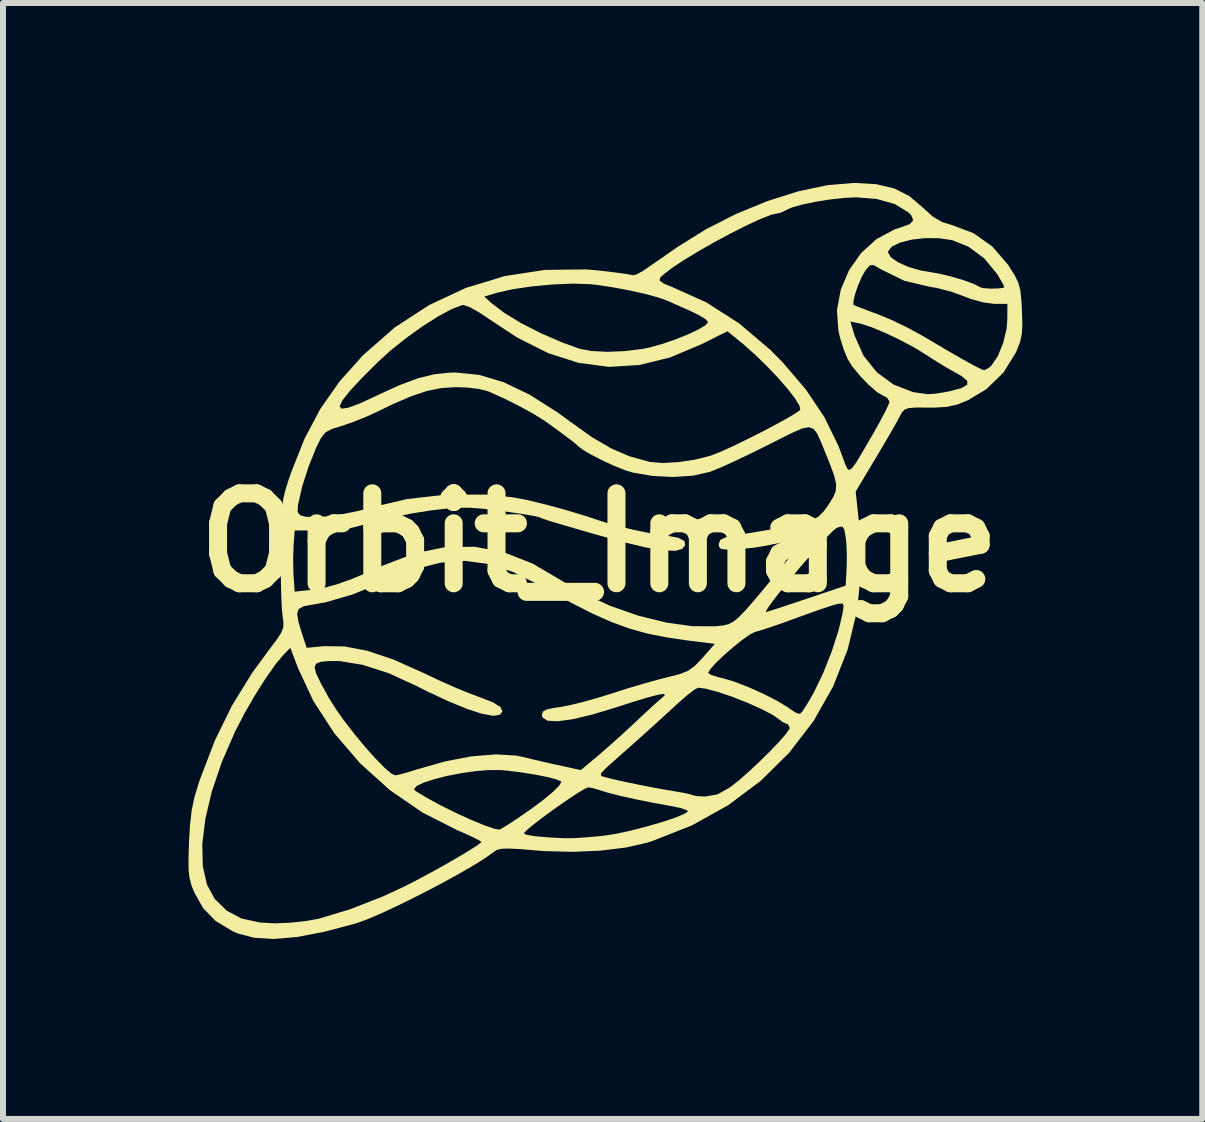
<source format=kicad_pcb>
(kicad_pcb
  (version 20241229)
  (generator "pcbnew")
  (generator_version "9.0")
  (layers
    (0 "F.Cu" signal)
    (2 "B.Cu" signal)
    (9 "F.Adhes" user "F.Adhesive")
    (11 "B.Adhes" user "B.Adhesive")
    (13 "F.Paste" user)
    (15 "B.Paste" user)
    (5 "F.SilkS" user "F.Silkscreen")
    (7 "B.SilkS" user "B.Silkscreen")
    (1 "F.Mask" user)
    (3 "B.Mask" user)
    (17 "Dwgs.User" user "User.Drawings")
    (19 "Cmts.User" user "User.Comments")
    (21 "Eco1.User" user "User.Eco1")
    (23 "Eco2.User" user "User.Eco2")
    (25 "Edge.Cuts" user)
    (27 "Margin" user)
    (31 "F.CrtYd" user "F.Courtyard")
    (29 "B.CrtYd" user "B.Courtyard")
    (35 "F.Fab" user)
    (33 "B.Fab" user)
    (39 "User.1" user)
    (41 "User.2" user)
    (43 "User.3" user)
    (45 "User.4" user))
  (footprint "Orbit_Image"
    (layer "F.Cu")
    (at 6.943 5.997)
    (property "Reference" "Orbit_Image" (at 0 0 0) (layer "F.SilkS") (effects (font (size 1.5 1.5) (thickness 0.3))))
    (attr board_only exclude_from_pos_files exclude_from_bom)
    (fp_poly (pts (xy 4.619 -5.976) (xy 4.918 -5.905) (xy 5.169 -5.777) (xy 5.392 -5.588) (xy 5.56 -5.435) (xy 5.72 -5.343) (xy 5.887 -5.292) (xy 6.239 -5.159) (xy 6.551 -4.938) (xy 6.813 -4.635) (xy 6.826 -4.614) (xy 6.924 -4.46) (xy 6.985 -4.335) (xy 7.02 -4.203) (xy 7.038 -4.03) (xy 7.046 -3.876) (xy 7.053 -3.647) (xy 7.045 -3.483) (xy 7.016 -3.347) (xy 6.961 -3.206) (xy 6.944 -3.167) (xy 6.737 -2.834) (xy 6.454 -2.559) (xy 6.148 -2.375) (xy 5.971 -2.303) (xy 5.802 -2.264) (xy 5.598 -2.251) (xy 5.479 -2.251) (xy 5.281 -2.252) (xy 5.159 -2.243) (xy 5.088 -2.217) (xy 5.042 -2.165) (xy 5.006 -2.098) (xy 4.95 -1.994) (xy 4.854 -1.826) (xy 4.733 -1.619) (xy 4.6 -1.396) (xy 4.274 -0.851) (xy 4.338 -0.256) (xy 4.366 0.449) (xy 4.298 1.131) (xy 4.14 1.784) (xy 3.897 2.401) (xy 3.571 2.976) (xy 3.168 3.501) (xy 2.693 3.971) (xy 2.149 4.378) (xy 1.542 4.716) (xy 0.875 4.979) (xy 0.781 5.008) (xy 0.433 5.086) (xy 0.016 5.136) (xy -0.441 5.156) (xy -0.909 5.144) (xy -1.065 5.132) (xy -1.329 5.11) (xy -1.511 5.101) (xy -1.63 5.105) (xy -1.706 5.123) (xy -1.753 5.152) (xy -1.897 5.257) (xy -2.114 5.392) (xy -2.385 5.548) (xy -2.69 5.714) (xy -3.01 5.88) (xy -3.327 6.037) (xy -3.619 6.174) (xy -3.869 6.281) (xy -4.057 6.349) (xy -4.057 6.349) (xy -4.587 6.489) (xy -5.041 6.576) (xy -5.426 6.609) (xy -5.753 6.589) (xy -6.027 6.518) (xy -6.116 6.479) (xy -6.398 6.308) (xy -6.603 6.099) (xy -6.755 5.831) (xy -6.755 5.83) (xy -6.804 5.706) (xy -6.834 5.588) (xy -6.849 5.45) (xy -6.85 5.266) (xy -6.843 5.023) (xy -6.62 5.023) (xy -6.612 5.392) (xy -6.543 5.701) (xy -6.413 5.941) (xy -6.211 6.138) (xy -5.966 6.267) (xy -5.662 6.334) (xy -5.409 6.348) (xy -5.16 6.338) (xy -4.899 6.311) (xy -4.683 6.272) (xy -4.678 6.271) (xy -4.154 6.113) (xy -3.596 5.894) (xy -3.251 5.733) (xy -3.046 5.629) (xy -2.82 5.508) (xy -2.591 5.381) (xy -2.374 5.256) (xy -2.188 5.145) (xy -2.049 5.057) (xy -1.974 5.002) (xy -1.966 4.991) (xy -2.01 4.961) (xy -2.125 4.903) (xy -2.247 4.848) (xy -1.257 4.848) (xy -1.21 4.873) (xy -1.067 4.896) (xy -0.835 4.916) (xy -0.58 4.929) (xy -0.436 4.928) (xy -0.229 4.915) (xy 0.002 4.895) (xy 0.076 4.887) (xy 0.279 4.855) (xy 0.52 4.803) (xy 0.777 4.737) (xy 1.025 4.666) (xy 1.241 4.595) (xy 1.402 4.53) (xy 1.478 4.485) (xy 1.454 4.459) (xy 1.352 4.425) (xy 1.193 4.392) (xy 1.176 4.389) (xy 0.894 4.338) (xy 0.612 4.281) (xy 0.355 4.224) (xy 0.147 4.171) (xy 0.013 4.13) (xy 0.01 4.128) (xy -0.114 4.092) (xy -0.187 4.082) (xy -0.252 4.11) (xy -0.376 4.185) (xy -0.538 4.293) (xy -0.72 4.419) (xy -0.902 4.551) (xy -1.064 4.674) (xy -1.187 4.774) (xy -1.252 4.837) (xy -1.257 4.848) (xy -2.247 4.848) (xy -2.291 4.828) (xy -2.363 4.798) (xy -2.95 4.5) (xy -3.497 4.124) (xy -3.515 4.107) (xy -3.089 4.107) (xy -3.07 4.138) (xy -2.881 4.253) (xy -2.651 4.378) (xy -2.402 4.502) (xy -2.155 4.615) (xy -1.934 4.707) (xy -1.76 4.768) (xy -1.668 4.787) (xy -1.619 4.762) (xy -1.511 4.695) (xy -1.386 4.613) (xy -1.147 4.448) (xy -0.94 4.294) (xy -0.777 4.159) (xy -0.671 4.055) (xy -0.634 3.991) (xy -0.638 3.982) (xy -0.716 3.948) (xy -0.869 3.908) (xy -1.072 3.868) (xy -1.21 3.846) (xy 0.028 3.846) (xy 0.031 3.888) (xy 0.053 3.899) (xy 0.194 3.936) (xy 0.403 3.984) (xy 0.649 4.035) (xy 0.901 4.085) (xy 1.126 4.125) (xy 1.183 4.134) (xy 1.36 4.164) (xy 1.493 4.191) (xy 1.556 4.21) (xy 1.557 4.211) (xy 1.617 4.225) (xy 1.738 4.233) (xy 1.773 4.233) (xy 1.972 4.197) (xy 2.18 4.08) (xy 2.318 3.972) (xy 2.483 3.827) (xy 2.661 3.661) (xy 2.834 3.491) (xy 2.987 3.332) (xy 3.103 3.2) (xy 3.167 3.112) (xy 3.175 3.09) (xy 3.147 3.029) (xy 3.128 3.024) (xy 3.055 2.992) (xy 3.015 2.96) (xy 2.893 2.874) (xy 2.701 2.774) (xy 2.466 2.669) (xy 2.214 2.57) (xy 1.974 2.489) (xy 1.771 2.435) (xy 1.648 2.419) (xy 1.585 2.452) (xy 1.472 2.539) (xy 1.329 2.662) (xy 1.285 2.703) (xy 1.103 2.87) (xy 0.885 3.069) (xy 0.668 3.264) (xy 0.606 3.32) (xy 0.429 3.476) (xy 0.268 3.619) (xy 0.146 3.728) (xy 0.105 3.765) (xy 0.028 3.846) (xy -1.21 3.846) (xy -1.3 3.831) (xy -1.528 3.803) (xy -1.647 3.793) (xy -1.843 3.792) (xy -2.068 3.811) (xy -2.306 3.845) (xy -2.539 3.89) (xy -2.75 3.944) (xy -2.923 4) (xy -3.042 4.056) (xy -3.089 4.107) (xy -3.515 4.107) (xy -3.99 3.679) (xy -4.418 3.18) (xy -4.771 2.636) (xy -5.02 2.101) (xy -5.153 1.754) (xy -5.268 1.872) (xy -5.403 2.035) (xy -5.565 2.266) (xy -5.739 2.54) (xy -5.909 2.835) (xy -6.061 3.126) (xy -6.074 3.152) (xy -6.295 3.66) (xy -6.46 4.147) (xy -6.569 4.605) (xy -6.62 5.023) (xy -6.843 5.023) (xy -6.842 5.008) (xy -6.842 4.992) (xy -6.824 4.694) (xy -6.796 4.457) (xy -6.75 4.241) (xy -6.678 4.005) (xy -6.657 3.943) (xy -6.409 3.296) (xy -6.125 2.717) (xy -5.79 2.174) (xy -5.512 1.794) (xy -5.383 1.623) (xy -5.305 1.505) (xy -5.27 1.414) (xy -5.267 1.326) (xy -5.28 1.24) (xy -5.285 1.189) (xy -5.039 1.189) (xy -5.015 1.329) (xy -4.96 1.51) (xy -4.88 1.754) (xy -4.591 1.727) (xy -4.249 1.731) (xy -3.867 1.804) (xy -3.437 1.948) (xy -2.949 2.166) (xy -2.948 2.166) (xy -2.685 2.291) (xy -2.418 2.41) (xy -2.178 2.509) (xy -1.998 2.576) (xy -1.778 2.661) (xy -1.649 2.742) (xy -1.615 2.816) (xy -1.662 2.872) (xy -1.772 2.888) (xy -1.957 2.854) (xy -2.209 2.772) (xy -2.516 2.646) (xy -2.871 2.48) (xy -3.059 2.385) (xy -3.517 2.176) (xy -3.943 2.039) (xy -4.325 1.976) (xy -4.518 1.975) (xy -4.645 1.988) (xy -4.722 2.018) (xy -4.748 2.078) (xy -4.722 2.182) (xy -4.645 2.343) (xy -4.517 2.576) (xy -4.503 2.6) (xy -4.39 2.78) (xy -4.243 2.986) (xy -4.075 3.202) (xy -3.901 3.412) (xy -3.732 3.6) (xy -3.584 3.751) (xy -3.469 3.85) (xy -3.405 3.881) (xy -3.327 3.866) (xy -3.186 3.827) (xy -3.036 3.78) (xy -2.567 3.647) (xy -2.124 3.563) (xy -1.725 3.531) (xy -1.387 3.551) (xy -1.266 3.576) (xy -1.126 3.61) (xy -0.928 3.657) (xy -0.713 3.705) (xy -0.696 3.708) (xy -0.309 3.793) (xy -0.016 3.548) (xy 0.166 3.39) (xy 0.378 3.2) (xy 0.58 3.013) (xy 0.609 2.986) (xy 0.769 2.835) (xy 0.911 2.705) (xy 1.013 2.616) (xy 1.037 2.596) (xy 1.092 2.545) (xy 1.078 2.524) (xy 0.991 2.534) (xy 0.825 2.577) (xy 0.575 2.652) (xy 0.28 2.747) (xy -0.118 2.867) (xy -0.444 2.945) (xy -0.694 2.979) (xy -0.863 2.97) (xy -0.948 2.916) (xy -0.958 2.876) (xy -0.941 2.818) (xy -0.876 2.781) (xy -0.741 2.753) (xy -0.668 2.744) (xy -0.501 2.713) (xy -0.272 2.657) (xy -0.012 2.584) (xy 0.202 2.517) (xy 0.472 2.431) (xy 0.75 2.348) (xy 0.999 2.279) (xy 1.146 2.242) (xy 1.346 2.191) (xy 1.388 2.174) (xy 1.814 2.174) (xy 1.859 2.204) (xy 1.973 2.241) (xy 2.061 2.262) (xy 2.25 2.318) (xy 2.485 2.409) (xy 2.735 2.521) (xy 2.964 2.638) (xy 3.14 2.745) (xy 3.175 2.771) (xy 3.275 2.836) (xy 3.344 2.857) (xy 3.345 2.857) (xy 3.389 2.809) (xy 3.464 2.693) (xy 3.557 2.533) (xy 3.584 2.483) (xy 3.735 2.169) (xy 3.875 1.815) (xy 3.988 1.465) (xy 4.053 1.191) (xy 4.073 1.066) (xy 4.058 1.016) (xy 3.993 1.019) (xy 3.947 1.029) (xy 3.842 1.061) (xy 3.669 1.119) (xy 3.455 1.195) (xy 3.276 1.26) (xy 3.045 1.344) (xy 2.835 1.416) (xy 2.672 1.469) (xy 2.595 1.49) (xy 2.508 1.534) (xy 2.377 1.627) (xy 2.224 1.75) (xy 2.071 1.884) (xy 1.937 2.013) (xy 1.845 2.117) (xy 1.814 2.174) (xy 1.388 2.174) (xy 1.483 2.135) (xy 1.594 2.054) (xy 1.715 1.927) (xy 1.718 1.924) (xy 1.926 1.688) (xy 1.479 1.633) (xy 1.124 1.581) (xy 0.806 1.518) (xy 0.506 1.435) (xy 0.204 1.325) (xy -0.118 1.182) (xy -0.481 0.997) (xy -0.903 0.764) (xy -1.008 0.704) (xy -1.438 0.49) (xy -1.844 0.357) (xy -2.242 0.305) (xy -2.65 0.335) (xy -3.085 0.445) (xy -3.563 0.636) (xy -3.603 0.654) (xy -4.111 0.864) (xy -4.561 0.995) (xy -4.775 1.033) (xy -4.927 1.06) (xy -5.012 1.106) (xy -5.039 1.189) (xy -5.285 1.189) (xy -5.292 1.12) (xy -5.302 0.921) (xy -5.309 0.666) (xy -5.312 0.376) (xy -5.312 0.265) (xy -5.105 0.265) (xy -5.101 0.495) (xy -5.097 0.56) (xy -5.08 0.818) (xy -4.791 0.786) (xy -4.588 0.753) (xy -4.373 0.695) (xy -4.125 0.606) (xy -3.822 0.479) (xy -3.613 0.384) (xy -3.082 0.181) (xy -2.572 0.076) (xy -2.077 0.069) (xy -1.592 0.161) (xy -1.11 0.351) (xy -0.68 0.604) (xy -0.271 0.846) (xy 0.178 1.053) (xy 0.645 1.217) (xy 1.109 1.332) (xy 1.549 1.394) (xy 1.944 1.395) (xy 2.078 1.379) (xy 2.156 1.359) (xy 2.233 1.319) (xy 2.322 1.247) (xy 2.412 1.154) (xy 2.775 1.154) (xy 2.778 1.159) (xy 2.83 1.143) (xy 2.96 1.102) (xy 3.149 1.039) (xy 3.38 0.962) (xy 3.452 0.938) (xy 4.107 0.717) (xy 4.123 0.422) (xy 4.127 0.214) (xy 4.118 0.008) (xy 4.108 -0.086) (xy 4.084 -0.217) (xy 4.053 -0.268) (xy 3.993 -0.259) (xy 3.952 -0.241) (xy 3.891 -0.191) (xy 3.785 -0.084) (xy 3.647 0.067) (xy 3.488 0.248) (xy 3.321 0.443) (xy 3.158 0.64) (xy 3.009 0.824) (xy 2.888 0.98) (xy 2.806 1.095) (xy 2.775 1.154) (xy 2.412 1.154) (xy 2.435 1.131) (xy 2.585 0.959) (xy 2.781 0.724) (xy 2.96 0.507) (xy 3.117 0.312) (xy 3.241 0.156) (xy 3.32 0.052) (xy 3.341 0.022) (xy 3.352 -0.016) (xy 3.321 -0.035) (xy 3.236 -0.032) (xy 3.083 -0.009) (xy 2.849 0.037) (xy 2.772 0.053) (xy 2.581 0.084) (xy 2.361 0.107) (xy 2.268 0.113) (xy 2.108 0.116) (xy 2.025 0.103) (xy 1.994 0.064) (xy 1.991 0.027) (xy 2.016 -0.045) (xy 2.107 -0.089) (xy 2.192 -0.107) (xy 2.328 -0.13) (xy 2.532 -0.164) (xy 2.77 -0.204) (xy 2.923 -0.229) (xy 3.207 -0.279) (xy 3.411 -0.324) (xy 3.556 -0.374) (xy 3.66 -0.439) (xy 3.746 -0.527) (xy 3.83 -0.646) (xy 3.903 -0.764) (xy 3.943 -0.866) (xy 3.948 -0.974) (xy 3.917 -1.112) (xy 3.848 -1.302) (xy 3.773 -1.487) (xy 3.695 -1.679) (xy 3.634 -1.814) (xy 3.573 -1.895) (xy 3.495 -1.924) (xy 3.385 -1.904) (xy 3.226 -1.836) (xy 3.002 -1.724) (xy 2.811 -1.627) (xy 2.544 -1.495) (xy 2.286 -1.372) (xy 2.062 -1.269) (xy 1.893 -1.198) (xy 1.839 -1.178) (xy 1.56 -1.116) (xy 1.228 -1.094) (xy 0.882 -1.112) (xy 0.562 -1.167) (xy 0.432 -1.206) (xy 0.253 -1.277) (xy 0.057 -1.367) (xy -0.128 -1.462) (xy -0.274 -1.547) (xy -0.353 -1.609) (xy -0.41 -1.659) (xy -0.526 -1.749) (xy -0.675 -1.86) (xy -0.832 -1.974) (xy -0.948 -2.054) (xy -1.123 -2.161) (xy -1.353 -2.286) (xy -1.6 -2.409) (xy -1.825 -2.51) (xy -1.865 -2.526) (xy -2.008 -2.562) (xy -2.206 -2.586) (xy -2.394 -2.592) (xy -2.633 -2.577) (xy -2.872 -2.529) (xy -3.133 -2.442) (xy -3.44 -2.31) (xy -3.666 -2.2) (xy -3.885 -2.099) (xy -4.12 -2.005) (xy -4.3 -1.944) (xy -4.466 -1.892) (xy -4.569 -1.835) (xy -4.641 -1.744) (xy -4.717 -1.592) (xy -4.722 -1.58) (xy -4.847 -1.27) (xy -4.952 -0.944) (xy -5.02 -0.65) (xy -5.025 -0.622) (xy -5.031 -0.51) (xy -4.986 -0.456) (xy -4.906 -0.433) (xy -4.748 -0.423) (xy -4.525 -0.439) (xy -4.265 -0.477) (xy -4 -0.533) (xy -3.83 -0.58) (xy -3.213 -0.725) (xy -2.557 -0.8) (xy -1.897 -0.801) (xy -1.462 -0.758) (xy -1.222 -0.714) (xy -0.918 -0.641) (xy -0.577 -0.549) (xy -0.228 -0.444) (xy 0.05 -0.352) (xy 0.278 -0.284) (xy 0.559 -0.216) (xy 0.848 -0.157) (xy 1.097 -0.119) (xy 1.118 -0.117) (xy 1.315 -0.081) (xy 1.42 -0.026) (xy 1.432 0.045) (xy 1.383 0.104) (xy 1.271 0.137) (xy 1.068 0.129) (xy 0.772 0.08) (xy 0.386 -0.012) (xy -0.093 -0.145) (xy -0.189 -0.173) (xy -0.4 -0.235) (xy -0.622 -0.299) (xy -0.701 -0.322) (xy -0.853 -0.368) (xy -0.965 -0.407) (xy -0.996 -0.421) (xy -1.062 -0.439) (xy -1.207 -0.465) (xy -1.41 -0.496) (xy -1.648 -0.529) (xy -1.653 -0.53) (xy -1.932 -0.564) (xy -2.15 -0.581) (xy -2.343 -0.582) (xy -2.549 -0.567) (xy -2.805 -0.537) (xy -2.832 -0.533) (xy -3.115 -0.488) (xy -3.412 -0.429) (xy -3.678 -0.366) (xy -3.805 -0.33) (xy -4.126 -0.247) (xy -4.438 -0.208) (xy -4.644 -0.202) (xy -5.08 -0.202) (xy -5.098 0.05) (xy -5.105 0.265) (xy -5.312 0.265) (xy -5.312 0.176) (xy -5.31 -0.14) (xy -5.304 -0.379) (xy -5.293 -0.562) (xy -5.273 -0.711) (xy -5.242 -0.851) (xy -5.196 -1.002) (xy -5.143 -1.159) (xy -4.916 -1.732) (xy -4.65 -2.233) (xy -4.621 -2.274) (xy -4.33 -2.274) (xy -4.299 -2.233) (xy -4.189 -2.248) (xy -4.001 -2.317) (xy -3.736 -2.439) (xy -3.691 -2.461) (xy -3.33 -2.626) (xy -3.026 -2.739) (xy -2.755 -2.806) (xy -2.492 -2.834) (xy -2.394 -2.836) (xy -2.005 -2.797) (xy -1.597 -2.675) (xy -1.163 -2.467) (xy -0.698 -2.172) (xy -0.479 -2.012) (xy -0.121 -1.757) (xy 0.199 -1.57) (xy 0.504 -1.439) (xy 0.819 -1.351) (xy 0.857 -1.343) (xy 1.06 -1.327) (xy 1.319 -1.342) (xy 1.594 -1.383) (xy 1.846 -1.446) (xy 1.881 -1.458) (xy 2.021 -1.514) (xy 2.212 -1.6) (xy 2.433 -1.707) (xy 2.667 -1.824) (xy 2.893 -1.942) (xy 3.093 -2.051) (xy 3.247 -2.141) (xy 3.337 -2.202) (xy 3.35 -2.215) (xy 3.337 -2.283) (xy 3.262 -2.405) (xy 3.138 -2.565) (xy 2.976 -2.751) (xy 2.789 -2.947) (xy 2.59 -3.14) (xy 2.391 -3.316) (xy 2.365 -3.337) (xy 2.136 -3.524) (xy 1.707 -3.309) (xy 1.18 -3.087) (xy 0.667 -2.961) (xy 0.161 -2.93) (xy -0.343 -2.996) (xy -0.851 -3.158) (xy -1.368 -3.418) (xy -1.787 -3.693) (xy -1.997 -3.834) (xy -2.161 -3.926) (xy -2.267 -3.962) (xy -2.284 -3.961) (xy -2.462 -3.893) (xy -2.692 -3.769) (xy -2.951 -3.604) (xy -3.22 -3.411) (xy -3.477 -3.206) (xy -3.678 -3.024) (xy -3.958 -2.745) (xy -4.16 -2.528) (xy -4.284 -2.371) (xy -4.33 -2.274) (xy -4.621 -2.274) (xy -4.329 -2.69) (xy -3.935 -3.129) (xy -3.933 -3.13) (xy -3.412 -3.587) (xy -2.839 -3.96) (xy -2.534 -4.103) (xy -1.918 -4.103) (xy -1.803 -3.997) (xy -1.591 -3.834) (xy -1.307 -3.661) (xy -0.976 -3.492) (xy -0.624 -3.339) (xy -0.328 -3.232) (xy -0.127 -3.194) (xy 0.136 -3.181) (xy 0.429 -3.193) (xy 0.716 -3.229) (xy 0.836 -3.253) (xy 1.044 -3.311) (xy 1.262 -3.385) (xy 1.469 -3.468) (xy 1.645 -3.55) (xy 1.767 -3.622) (xy 1.814 -3.675) (xy 1.814 -3.676) (xy 1.772 -3.724) (xy 1.661 -3.792) (xy 1.525 -3.859) (xy 1.354 -3.935) (xy 1.208 -4) (xy 1.134 -4.033) (xy 0.982 -4.087) (xy 0.76 -4.147) (xy 0.497 -4.206) (xy 0.223 -4.257) (xy -0.033 -4.296) (xy -0.159 -4.309) (xy -0.442 -4.318) (xy -0.776 -4.304) (xy -1.122 -4.272) (xy -1.444 -4.225) (xy -1.703 -4.166) (xy -1.704 -4.166) (xy -1.918 -4.103) (xy -2.534 -4.103) (xy -2.225 -4.247) (xy -1.826 -4.368) (xy 1.006 -4.368) (xy 1.076 -4.318) (xy 1.218 -4.26) (xy 1.785 -4.005) (xy 2.332 -3.654) (xy 2.852 -3.213) (xy 3.06 -3.002) (xy 3.447 -2.548) (xy 3.751 -2.094) (xy 3.985 -1.616) (xy 4.06 -1.419) (xy 4.099 -1.308) (xy 4.131 -1.236) (xy 4.165 -1.211) (xy 4.211 -1.239) (xy 4.278 -1.329) (xy 4.374 -1.487) (xy 4.51 -1.722) (xy 4.574 -1.831) (xy 4.683 -2.027) (xy 4.771 -2.193) (xy 4.825 -2.31) (xy 4.838 -2.351) (xy 4.797 -2.415) (xy 4.747 -2.441) (xy 4.635 -2.506) (xy 4.492 -2.629) (xy 4.343 -2.784) (xy 4.213 -2.944) (xy 4.139 -3.063) (xy 4.073 -3.224) (xy 4.011 -3.425) (xy 3.985 -3.534) (xy 3.975 -3.686) (xy 4.186 -3.686) (xy 4.256 -3.452) (xy 4.405 -3.117) (xy 4.626 -2.841) (xy 4.906 -2.635) (xy 5.232 -2.509) (xy 5.478 -2.475) (xy 5.592 -2.482) (xy 5.756 -2.507) (xy 5.84 -2.523) (xy 6.037 -2.576) (xy 6.134 -2.632) (xy 6.135 -2.696) (xy 6.042 -2.775) (xy 5.957 -2.824) (xy 5.774 -2.927) (xy 5.57 -3.052) (xy 5.468 -3.119) (xy 5.263 -3.246) (xy 5.018 -3.377) (xy 4.766 -3.497) (xy 4.535 -3.593) (xy 4.357 -3.65) (xy 4.348 -3.652) (xy 4.186 -3.686) (xy 3.975 -3.686) (xy 3.962 -3.875) (xy 3.99 -4.027) (xy 4.236 -4.027) (xy 4.238 -3.964) (xy 4.239 -3.963) (xy 4.292 -3.94) (xy 4.416 -3.892) (xy 4.587 -3.828) (xy 4.637 -3.81) (xy 4.867 -3.715) (xy 5.131 -3.588) (xy 5.375 -3.456) (xy 5.409 -3.436) (xy 5.75 -3.234) (xy 6.028 -3.074) (xy 6.236 -2.958) (xy 6.369 -2.891) (xy 6.417 -2.874) (xy 6.482 -2.905) (xy 6.532 -2.946) (xy 6.643 -3.107) (xy 6.734 -3.329) (xy 6.791 -3.571) (xy 6.802 -3.717) (xy 6.804 -3.981) (xy 6.583 -3.981) (xy 6.4 -4.005) (xy 6.185 -4.065) (xy 6.078 -4.107) (xy 5.863 -4.185) (xy 5.626 -4.246) (xy 5.505 -4.266) (xy 5.086 -4.365) (xy 4.686 -4.562) (xy 4.672 -4.571) (xy 4.572 -4.628) (xy 4.512 -4.623) (xy 4.446 -4.55) (xy 4.436 -4.536) (xy 4.377 -4.434) (xy 4.316 -4.294) (xy 4.266 -4.148) (xy 4.236 -4.027) (xy 3.99 -4.027) (xy 4.025 -4.217) (xy 4.163 -4.541) (xy 4.365 -4.828) (xy 4.377 -4.839) (xy 4.813 -4.839) (xy 4.859 -4.759) (xy 4.98 -4.674) (xy 5.153 -4.597) (xy 5.354 -4.538) (xy 5.491 -4.515) (xy 5.665 -4.485) (xy 5.865 -4.437) (xy 6.062 -4.379) (xy 6.227 -4.32) (xy 6.329 -4.27) (xy 6.34 -4.261) (xy 6.4 -4.243) (xy 6.512 -4.235) (xy 6.634 -4.236) (xy 6.727 -4.246) (xy 6.753 -4.26) (xy 6.729 -4.314) (xy 6.666 -4.422) (xy 6.631 -4.48) (xy 6.417 -4.74) (xy 6.153 -4.935) (xy 5.883 -5.043) (xy 5.664 -5.075) (xy 5.432 -5.077) (xy 5.21 -5.052) (xy 5.019 -5.004) (xy 4.88 -4.938) (xy 4.815 -4.857) (xy 4.813 -4.839) (xy 4.377 -4.839) (xy 4.62 -5.06) (xy 4.917 -5.22) (xy 5.021 -5.254) (xy 5.176 -5.31) (xy 5.234 -5.375) (xy 5.201 -5.458) (xy 5.153 -5.506) (xy 4.927 -5.644) (xy 4.626 -5.729) (xy 4.284 -5.757) (xy 4.079 -5.747) (xy 3.844 -5.721) (xy 3.603 -5.682) (xy 3.382 -5.636) (xy 3.208 -5.587) (xy 3.106 -5.54) (xy 3.102 -5.536) (xy 3.01 -5.495) (xy 2.986 -5.493) (xy 2.87 -5.467) (xy 2.688 -5.397) (xy 2.458 -5.29) (xy 2.197 -5.159) (xy 1.923 -5.012) (xy 1.654 -4.859) (xy 1.409 -4.71) (xy 1.205 -4.575) (xy 1.061 -4.463) (xy 1.012 -4.415) (xy 1.006 -4.368) (xy -1.826 -4.368) (xy -1.578 -4.444) (xy -0.908 -4.547) (xy -0.223 -4.555) (xy 0.01 -4.535) (xy 0.228 -4.509) (xy 0.408 -4.485) (xy 0.525 -4.466) (xy 0.559 -4.457) (xy 0.618 -4.47) (xy 0.723 -4.527) (xy 0.763 -4.554) (xy 0.884 -4.638) (xy 1.056 -4.757) (xy 1.247 -4.89) (xy 1.302 -4.928) (xy 1.773 -5.222) (xy 2.28 -5.48) (xy 2.801 -5.694) (xy 3.316 -5.857) (xy 3.804 -5.96) (xy 4.244 -5.997) (xy 4.25 -5.997)) (stroke (width 0) (type solid)) (fill yes) (layer "F.SilkS")))
  (gr_rect
    (start -3 -3)
    (end 16.996 15.606)
    (stroke (width 0.1) (type default))
    (fill no)
    (layer "Edge.Cuts")))
</source>
